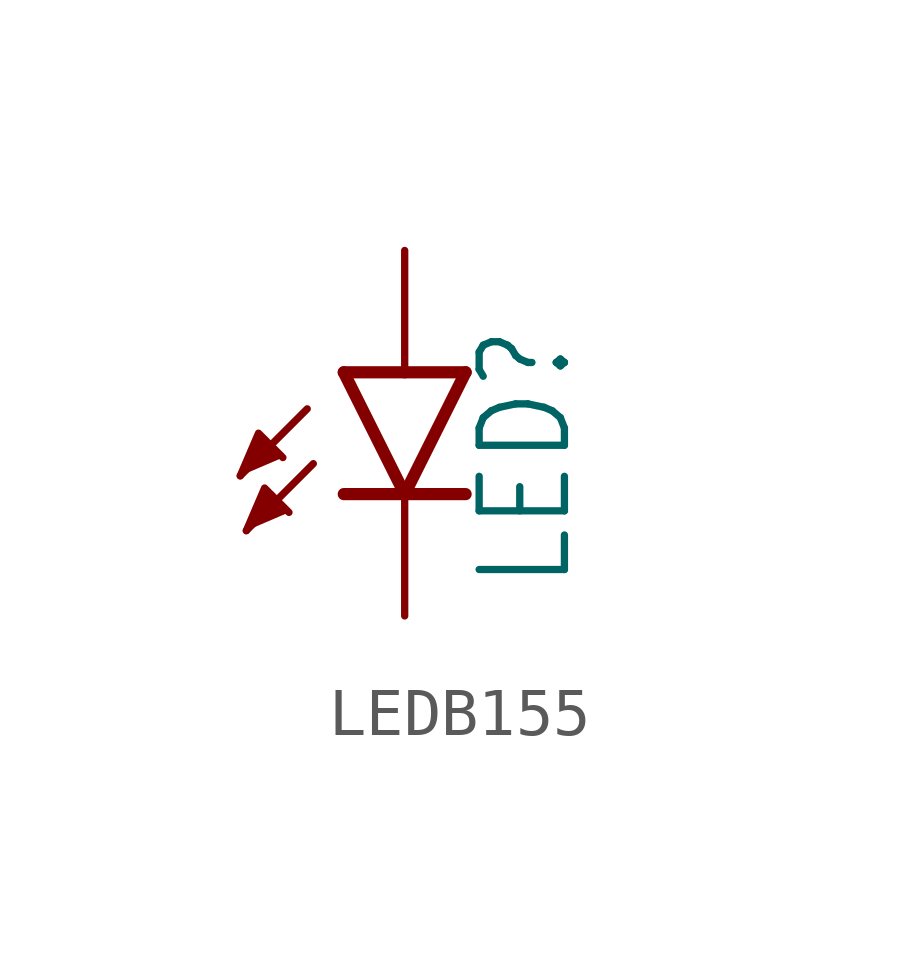
<source format=kicad_sym>
(kicad_symbol_lib
  (version 20231120)
  (generator "kicad_symbol_editor")
  (generator_version "8.0")
  (symbol "LEDB155"
    (property "Reference" "LED"
      (at 3.556 -4.572 90)
      (effects (font (size 1.778 1.511)) (justify left bottom)))
    (property "Value" ""
      (at 5.715 -4.572 90)
      (effects (font (size 1.778 1.511)) (justify left bottom)))
    (property "ki_locked" ""
      (at 0 0 0)
      (effects (font (size 1.27 1.27))))
    (symbol "LEDB155_1_0"
      (polyline (pts (xy -2.032 -0.762) (xy -3.429 -2.159)) (stroke (width 0.152) (type solid)) (fill (type none)))
      (polyline (pts (xy -1.905 -1.905) (xy -3.302 -3.302)) (stroke (width 0.152) (type solid)) (fill (type none)))
      (polyline (pts (xy 0 -2.54) (xy -1.27 -2.54)) (stroke (width 0.254) (type solid)) (fill (type none)))
      (polyline (pts (xy 0 -2.54) (xy -1.27 0)) (stroke (width 0.254) (type solid)) (fill (type none)))
      (polyline (pts (xy 0 0) (xy -1.27 0)) (stroke (width 0.254) (type solid)) (fill (type none)))
      (polyline (pts (xy 1.27 -2.54) (xy 0 -2.54)) (stroke (width 0.254) (type solid)) (fill (type none)))
      (polyline (pts (xy 1.27 0) (xy 0 -2.54)) (stroke (width 0.254) (type solid)) (fill (type none)))
      (polyline (pts (xy 1.27 0) (xy 0 0)) (stroke (width 0.254) (type solid)) (fill (type none)))
      (polyline (pts (xy -3.429 -2.159) (xy -3.048 -1.27) (xy -2.54 -1.778)) (stroke (width 0.152) (type solid)) (fill (type outline)))
      (polyline (pts (xy -3.302 -3.302) (xy -2.921 -2.413) (xy -2.413 -2.921)) (stroke (width 0.152) (type solid)) (fill (type outline)))
      (pin passive line (at 0 2.54 270) (length 2.54) (name "A" (effects (font (size 0 0)))) (number "A" (effects (font (size 0 0)))))
      (pin passive line (at 0 -5.08 90) (length 2.54) (name "C" (effects (font (size 0 0)))) (number "K" (effects (font (size 0 0))))))))
</source>
